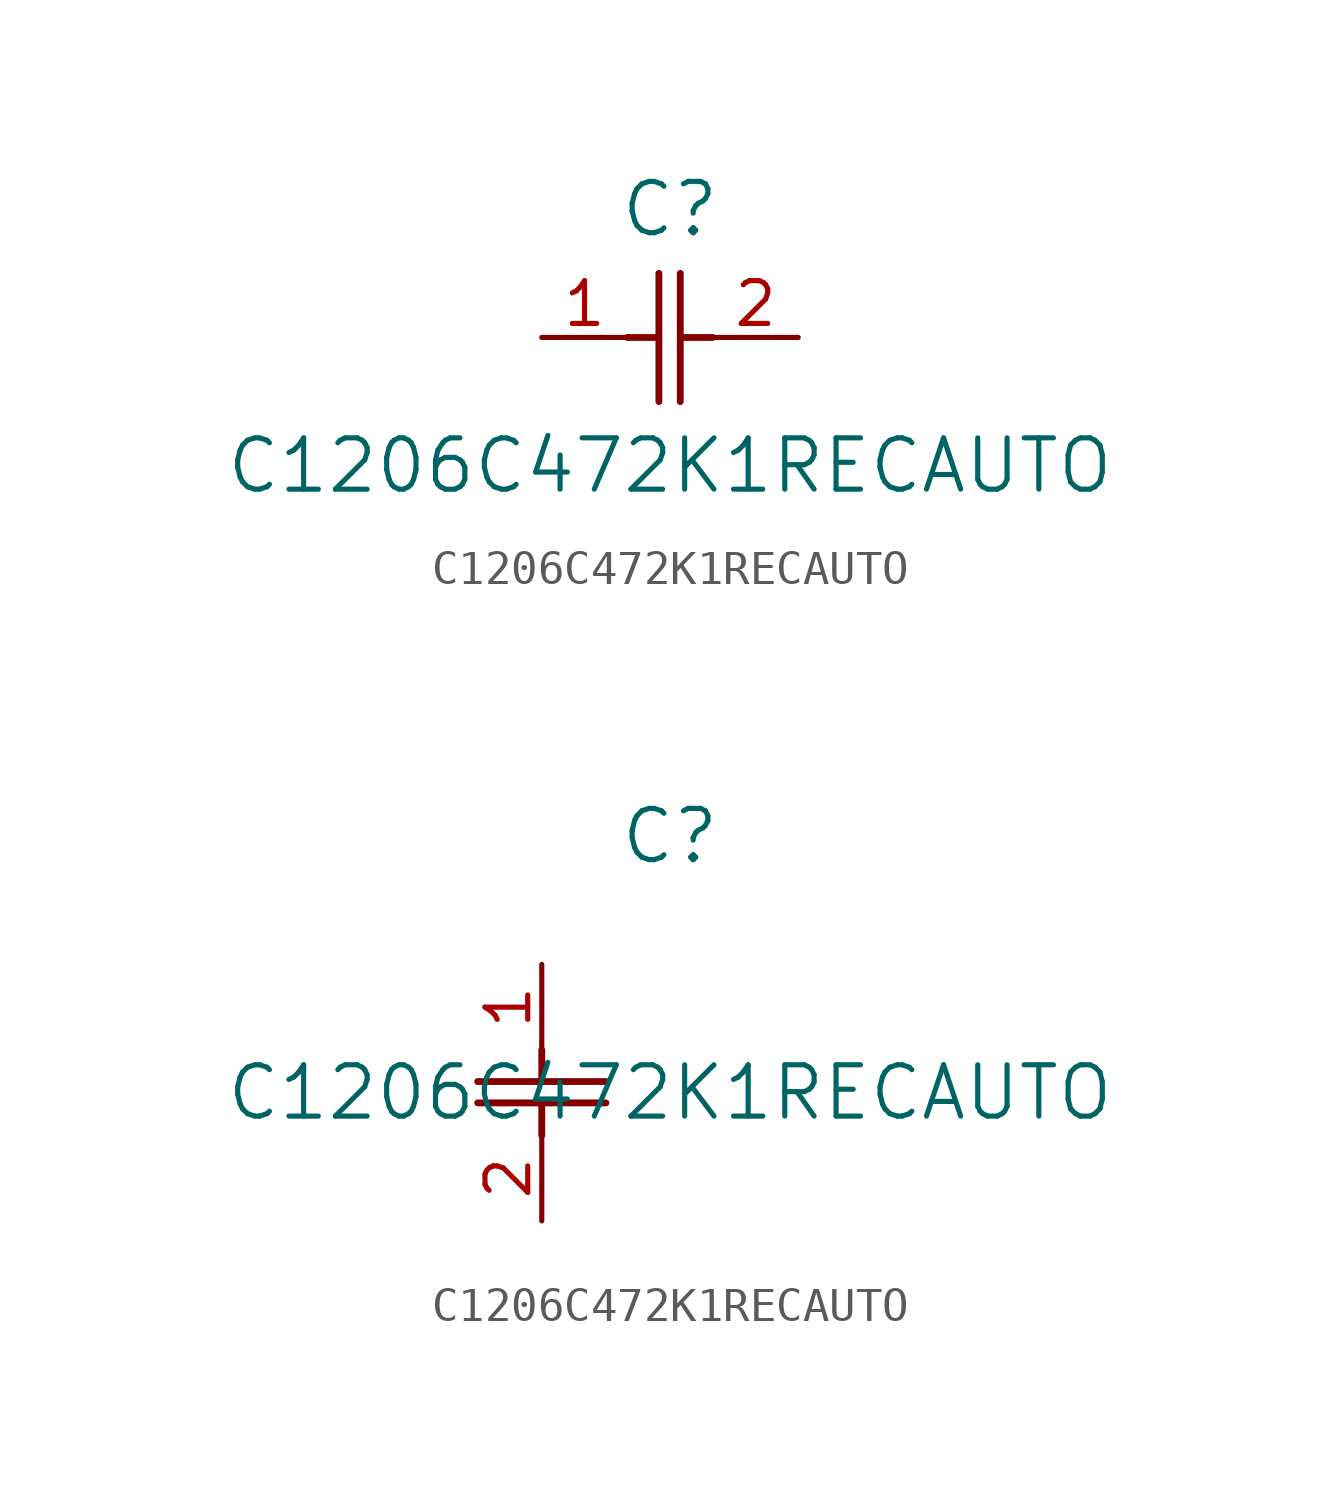
<source format=kicad_sym>
(kicad_symbol_lib
  (version 20211014)
  (generator kicad_symbol_editor)
  (symbol "C1206C472K1RECAUTO"
    (pin_names
      (offset 0.254))
    (property "Reference" "C"
      (at 3.81 3.81 0)
      (effects (font (size 1.524 1.524))))
    (property "Value" "C1206C472K1RECAUTO"
      (at 3.81 -3.81 0)
      (effects (font (size 1.524 1.524))))
    (symbol "C1206C472K1RECAUTO_1_1"
      (polyline (pts (xy 3.48 -1.905) (xy 3.48 1.905)) (stroke (width 0.203) (type default) (color 0 0 0 0)) (fill (type none)))
      (polyline (pts (xy 4.115 -1.905) (xy 4.115 1.905)) (stroke (width 0.203) (type default) (color 0 0 0 0)) (fill (type none)))
      (polyline (pts (xy 4.115 0) (xy 5.08 0)) (stroke (width 0.203) (type default) (color 0 0 0 0)) (fill (type none)))
      (polyline (pts (xy 2.54 0) (xy 3.48 0)) (stroke (width 0.203) (type default) (color 0 0 0 0)) (fill (type none)))
      (pin unspecified line (at 0 0 0) (length 2.54) (name "" (effects (font (size 1.27 1.27)))) (number "1" (effects (font (size 1.27 1.27)))))
      (pin unspecified line (at 7.62 0 180) (length 2.54) (name "" (effects (font (size 1.27 1.27)))) (number "2" (effects (font (size 1.27 1.27))))))
    (symbol "C1206C472K1RECAUTO_1_2"
      (polyline (pts (xy -1.905 -3.48) (xy 1.905 -3.48)) (stroke (width 0.203) (type default) (color 0 0 0 0)) (fill (type none)))
      (polyline (pts (xy -1.905 -4.115) (xy 1.905 -4.115)) (stroke (width 0.203) (type default) (color 0 0 0 0)) (fill (type none)))
      (polyline (pts (xy 0 -4.115) (xy 0 -5.08)) (stroke (width 0.203) (type default) (color 0 0 0 0)) (fill (type none)))
      (polyline (pts (xy 0 -2.54) (xy 0 -3.48)) (stroke (width 0.203) (type default) (color 0 0 0 0)) (fill (type none)))
      (pin unspecified line (at 0 0 270) (length 2.54) (name "" (effects (font (size 1.27 1.27)))) (number "1" (effects (font (size 1.27 1.27)))))
      (pin unspecified line (at 0 -7.62 90) (length 2.54) (name "" (effects (font (size 1.27 1.27)))) (number "2" (effects (font (size 1.27 1.27))))))))
</source>
